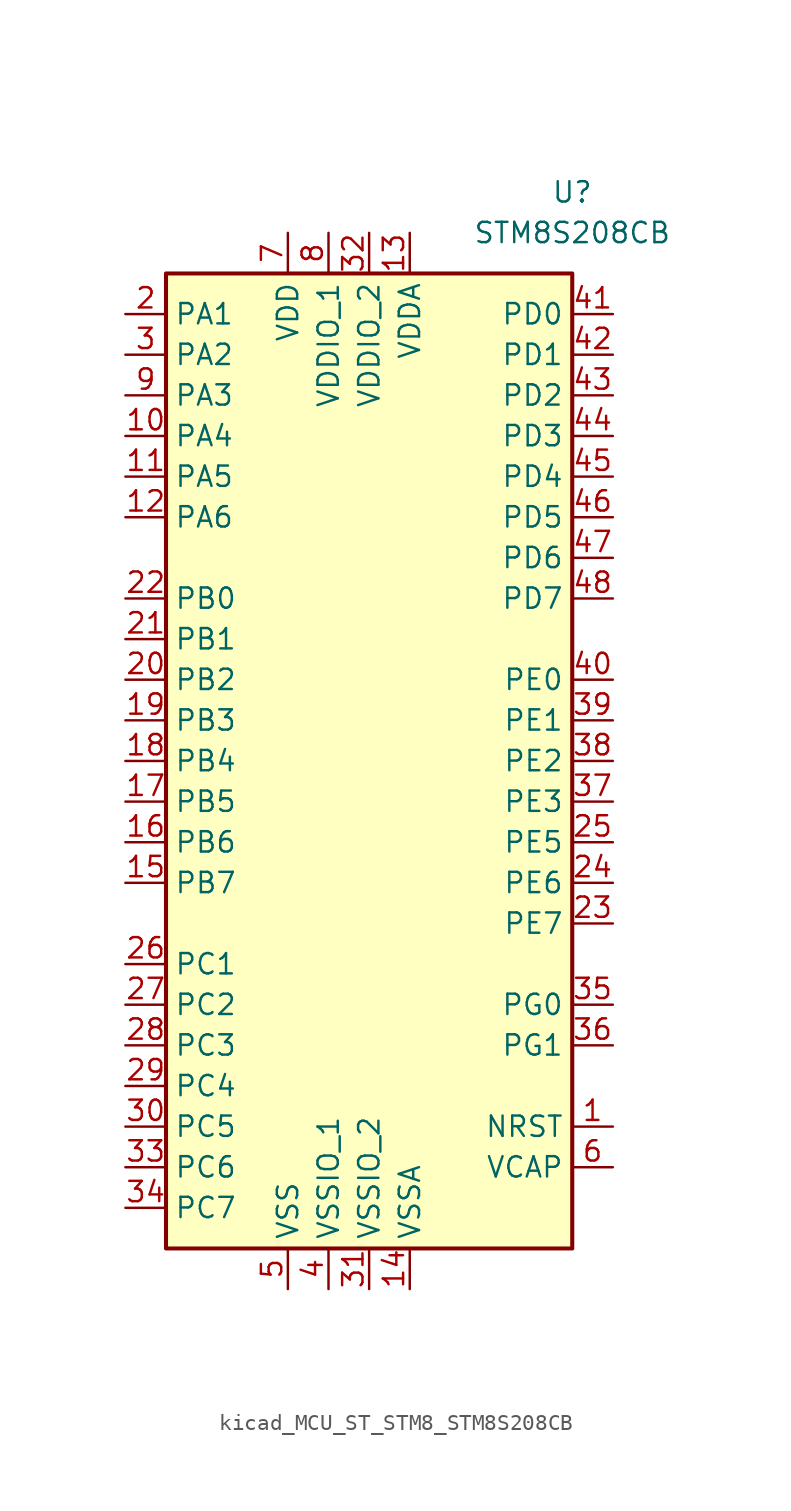
<source format=kicad_sym>
(kicad_symbol_lib
  (version 20220914)
  (generator kicad_symbol_editor)
  (symbol "kicad_MCU_ST_STM8_STM8S208CB"
    (property "Reference" "U"
      (at 12.7 35.56 0)
      (effects (font (size 1.27 1.27))))
    (property "Value" "STM8S208CB"
      (at 12.7 33.02 0)
      (effects (font (size 1.27 1.27))))
    (symbol "kicad_MCU_ST_STM8_STM8S208CB_0_1"
      (rectangle (start -12.7 -30.48) (end 12.7 30.48) (stroke (width 0.254) (type default)) (fill (type background))))
    (symbol "kicad_MCU_ST_STM8_STM8S208CB_1_1"
      (pin input line (at 15.24 -22.86 180) (length 2.54) (name "NRST" (effects (font (size 1.27 1.27)))) (number "1" (effects (font (size 1.27 1.27)))))
      (pin bidirectional line (at -15.24 20.32 0) (length 2.54) (name "PA4" (effects (font (size 1.27 1.27)))) (number "10" (effects (font (size 1.27 1.27)))))
      (pin bidirectional line (at -15.24 17.78 0) (length 2.54) (name "PA5" (effects (font (size 1.27 1.27)))) (number "11" (effects (font (size 1.27 1.27)))))
      (pin bidirectional line (at -15.24 15.24 0) (length 2.54) (name "PA6" (effects (font (size 1.27 1.27)))) (number "12" (effects (font (size 1.27 1.27)))))
      (pin power_in line (at 2.54 33.02 270) (length 2.54) (name "VDDA" (effects (font (size 1.27 1.27)))) (number "13" (effects (font (size 1.27 1.27)))))
      (pin power_in line (at 2.54 -33.02 90) (length 2.54) (name "VSSA" (effects (font (size 1.27 1.27)))) (number "14" (effects (font (size 1.27 1.27)))))
      (pin bidirectional line (at -15.24 -7.62 0) (length 2.54) (name "PB7" (effects (font (size 1.27 1.27)))) (number "15" (effects (font (size 1.27 1.27)))))
      (pin bidirectional line (at -15.24 -5.08 0) (length 2.54) (name "PB6" (effects (font (size 1.27 1.27)))) (number "16" (effects (font (size 1.27 1.27)))))
      (pin bidirectional line (at -15.24 -2.54 0) (length 2.54) (name "PB5" (effects (font (size 1.27 1.27)))) (number "17" (effects (font (size 1.27 1.27)))))
      (pin bidirectional line (at -15.24 0 0) (length 2.54) (name "PB4" (effects (font (size 1.27 1.27)))) (number "18" (effects (font (size 1.27 1.27)))))
      (pin bidirectional line (at -15.24 2.54 0) (length 2.54) (name "PB3" (effects (font (size 1.27 1.27)))) (number "19" (effects (font (size 1.27 1.27)))))
      (pin bidirectional line (at -15.24 27.94 0) (length 2.54) (name "PA1" (effects (font (size 1.27 1.27)))) (number "2" (effects (font (size 1.27 1.27)))))
      (pin bidirectional line (at -15.24 5.08 0) (length 2.54) (name "PB2" (effects (font (size 1.27 1.27)))) (number "20" (effects (font (size 1.27 1.27)))))
      (pin bidirectional line (at -15.24 7.62 0) (length 2.54) (name "PB1" (effects (font (size 1.27 1.27)))) (number "21" (effects (font (size 1.27 1.27)))))
      (pin bidirectional line (at -15.24 10.16 0) (length 2.54) (name "PB0" (effects (font (size 1.27 1.27)))) (number "22" (effects (font (size 1.27 1.27)))))
      (pin bidirectional line (at 15.24 -10.16 180) (length 2.54) (name "PE7" (effects (font (size 1.27 1.27)))) (number "23" (effects (font (size 1.27 1.27)))))
      (pin bidirectional line (at 15.24 -7.62 180) (length 2.54) (name "PE6" (effects (font (size 1.27 1.27)))) (number "24" (effects (font (size 1.27 1.27)))))
      (pin bidirectional line (at 15.24 -5.08 180) (length 2.54) (name "PE5" (effects (font (size 1.27 1.27)))) (number "25" (effects (font (size 1.27 1.27)))))
      (pin bidirectional line (at -15.24 -12.7 0) (length 2.54) (name "PC1" (effects (font (size 1.27 1.27)))) (number "26" (effects (font (size 1.27 1.27)))))
      (pin bidirectional line (at -15.24 -15.24 0) (length 2.54) (name "PC2" (effects (font (size 1.27 1.27)))) (number "27" (effects (font (size 1.27 1.27)))))
      (pin bidirectional line (at -15.24 -17.78 0) (length 2.54) (name "PC3" (effects (font (size 1.27 1.27)))) (number "28" (effects (font (size 1.27 1.27)))))
      (pin bidirectional line (at -15.24 -20.32 0) (length 2.54) (name "PC4" (effects (font (size 1.27 1.27)))) (number "29" (effects (font (size 1.27 1.27)))))
      (pin bidirectional line (at -15.24 25.4 0) (length 2.54) (name "PA2" (effects (font (size 1.27 1.27)))) (number "3" (effects (font (size 1.27 1.27)))))
      (pin bidirectional line (at -15.24 -22.86 0) (length 2.54) (name "PC5" (effects (font (size 1.27 1.27)))) (number "30" (effects (font (size 1.27 1.27)))))
      (pin power_in line (at 0 -33.02 90) (length 2.54) (name "VSSIO_2" (effects (font (size 1.27 1.27)))) (number "31" (effects (font (size 1.27 1.27)))))
      (pin power_in line (at 0 33.02 270) (length 2.54) (name "VDDIO_2" (effects (font (size 1.27 1.27)))) (number "32" (effects (font (size 1.27 1.27)))))
      (pin bidirectional line (at -15.24 -25.4 0) (length 2.54) (name "PC6" (effects (font (size 1.27 1.27)))) (number "33" (effects (font (size 1.27 1.27)))))
      (pin bidirectional line (at -15.24 -27.94 0) (length 2.54) (name "PC7" (effects (font (size 1.27 1.27)))) (number "34" (effects (font (size 1.27 1.27)))))
      (pin bidirectional line (at 15.24 -15.24 180) (length 2.54) (name "PG0" (effects (font (size 1.27 1.27)))) (number "35" (effects (font (size 1.27 1.27)))))
      (pin bidirectional line (at 15.24 -17.78 180) (length 2.54) (name "PG1" (effects (font (size 1.27 1.27)))) (number "36" (effects (font (size 1.27 1.27)))))
      (pin bidirectional line (at 15.24 -2.54 180) (length 2.54) (name "PE3" (effects (font (size 1.27 1.27)))) (number "37" (effects (font (size 1.27 1.27)))))
      (pin bidirectional line (at 15.24 0 180) (length 2.54) (name "PE2" (effects (font (size 1.27 1.27)))) (number "38" (effects (font (size 1.27 1.27)))))
      (pin bidirectional line (at 15.24 2.54 180) (length 2.54) (name "PE1" (effects (font (size 1.27 1.27)))) (number "39" (effects (font (size 1.27 1.27)))))
      (pin power_in line (at -2.54 -33.02 90) (length 2.54) (name "VSSIO_1" (effects (font (size 1.27 1.27)))) (number "4" (effects (font (size 1.27 1.27)))))
      (pin bidirectional line (at 15.24 5.08 180) (length 2.54) (name "PE0" (effects (font (size 1.27 1.27)))) (number "40" (effects (font (size 1.27 1.27)))))
      (pin bidirectional line (at 15.24 27.94 180) (length 2.54) (name "PD0" (effects (font (size 1.27 1.27)))) (number "41" (effects (font (size 1.27 1.27)))))
      (pin bidirectional line (at 15.24 25.4 180) (length 2.54) (name "PD1" (effects (font (size 1.27 1.27)))) (number "42" (effects (font (size 1.27 1.27)))))
      (pin bidirectional line (at 15.24 22.86 180) (length 2.54) (name "PD2" (effects (font (size 1.27 1.27)))) (number "43" (effects (font (size 1.27 1.27)))))
      (pin bidirectional line (at 15.24 20.32 180) (length 2.54) (name "PD3" (effects (font (size 1.27 1.27)))) (number "44" (effects (font (size 1.27 1.27)))))
      (pin bidirectional line (at 15.24 17.78 180) (length 2.54) (name "PD4" (effects (font (size 1.27 1.27)))) (number "45" (effects (font (size 1.27 1.27)))))
      (pin bidirectional line (at 15.24 15.24 180) (length 2.54) (name "PD5" (effects (font (size 1.27 1.27)))) (number "46" (effects (font (size 1.27 1.27)))))
      (pin bidirectional line (at 15.24 12.7 180) (length 2.54) (name "PD6" (effects (font (size 1.27 1.27)))) (number "47" (effects (font (size 1.27 1.27)))))
      (pin bidirectional line (at 15.24 10.16 180) (length 2.54) (name "PD7" (effects (font (size 1.27 1.27)))) (number "48" (effects (font (size 1.27 1.27)))))
      (pin power_in line (at -5.08 -33.02 90) (length 2.54) (name "VSS" (effects (font (size 1.27 1.27)))) (number "5" (effects (font (size 1.27 1.27)))))
      (pin input line (at 15.24 -25.4 180) (length 2.54) (name "VCAP" (effects (font (size 1.27 1.27)))) (number "6" (effects (font (size 1.27 1.27)))))
      (pin power_in line (at -5.08 33.02 270) (length 2.54) (name "VDD" (effects (font (size 1.27 1.27)))) (number "7" (effects (font (size 1.27 1.27)))))
      (pin power_in line (at -2.54 33.02 270) (length 2.54) (name "VDDIO_1" (effects (font (size 1.27 1.27)))) (number "8" (effects (font (size 1.27 1.27)))))
      (pin bidirectional line (at -15.24 22.86 0) (length 2.54) (name "PA3" (effects (font (size 1.27 1.27)))) (number "9" (effects (font (size 1.27 1.27))))))))
</source>
